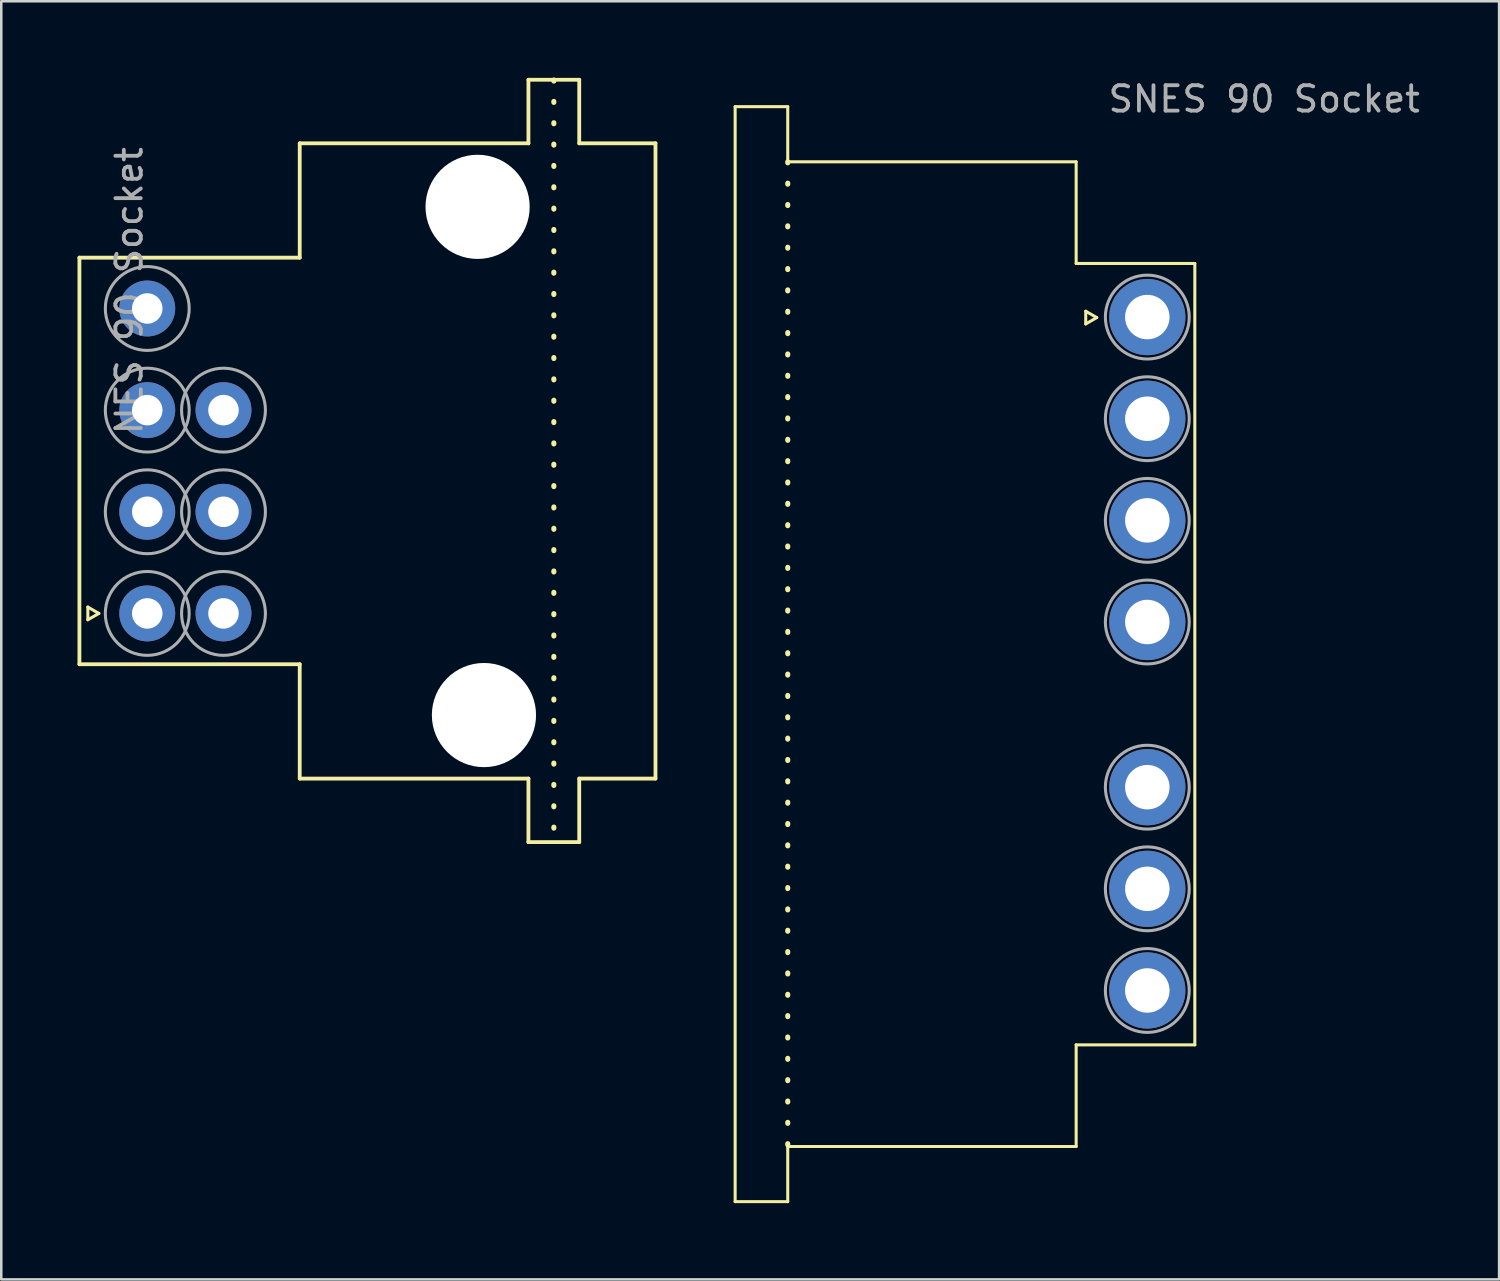
<source format=kicad_pcb>
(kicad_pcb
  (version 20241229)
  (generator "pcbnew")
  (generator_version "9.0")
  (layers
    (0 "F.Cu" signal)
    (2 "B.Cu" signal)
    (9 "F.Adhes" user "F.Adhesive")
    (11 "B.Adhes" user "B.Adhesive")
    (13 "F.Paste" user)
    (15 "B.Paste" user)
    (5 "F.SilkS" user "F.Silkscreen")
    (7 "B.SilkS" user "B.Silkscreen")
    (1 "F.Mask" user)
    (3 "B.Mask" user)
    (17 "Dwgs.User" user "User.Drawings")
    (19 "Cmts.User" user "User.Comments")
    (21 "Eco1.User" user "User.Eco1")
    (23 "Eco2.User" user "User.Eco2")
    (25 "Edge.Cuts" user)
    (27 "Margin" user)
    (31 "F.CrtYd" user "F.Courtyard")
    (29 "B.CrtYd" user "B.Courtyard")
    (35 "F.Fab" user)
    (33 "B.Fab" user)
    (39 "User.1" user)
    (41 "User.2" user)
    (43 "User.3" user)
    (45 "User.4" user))
  (footprint "NES 90 Socket"
    (layer "F.Cu")
    (at 5.285 8.39)
    (property "Reference" "NES 90 Socket" (at -3.25 0 270) (layer "F.Fab") (effects (font (size 1 1) (thickness 0.15))))
    (attr through_hole)
    (fp_line (start -5.21 14.7) (end -5.21 -1.3) (stroke (width 0.15) (type solid)) (layer "F.SilkS"))
    (fp_line (start -5.21 14.7) (end 3.46 14.7) (stroke (width 0.15) (type solid)) (layer "F.SilkS"))
    (fp_line (start -4.878 12.45) (end -4.445 12.7) (stroke (width 0.12) (type solid)) (layer "F.SilkS"))
    (fp_line (start -4.878 12.95) (end -4.878 12.45) (stroke (width 0.12) (type solid)) (layer "F.SilkS"))
    (fp_line (start -4.445 12.7) (end -4.878 12.95) (stroke (width 0.12) (type solid)) (layer "F.SilkS"))
    (fp_line (start 3.46 -5.8) (end 3.46 -1.3) (stroke (width 0.15) (type solid)) (layer "F.SilkS"))
    (fp_line (start 3.46 -1.3) (end -5.21 -1.3) (stroke (width 0.15) (type solid)) (layer "F.SilkS"))
    (fp_line (start 3.46 14.7) (end 3.46 19.2) (stroke (width 0.15) (type solid)) (layer "F.SilkS"))
    (fp_line (start 3.46 19.2) (end 12.46 19.2) (stroke (width 0.15) (type solid)) (layer "F.SilkS"))
    (fp_line (start 12.46 -8.3) (end 12.46 -5.8) (stroke (width 0.15) (type solid)) (layer "F.SilkS"))
    (fp_line (start 12.46 -5.8) (end 3.46 -5.8) (stroke (width 0.15) (type solid)) (layer "F.SilkS"))
    (fp_line (start 12.46 19.2) (end 12.46 21.7) (stroke (width 0.15) (type solid)) (layer "F.SilkS"))
    (fp_line (start 12.46 21.7) (end 14.46 21.7) (stroke (width 0.15) (type solid)) (layer "F.SilkS"))
    (fp_line (start 13.46 -8.29) (end 13.46 21.7) (stroke (width 0.2) (type dot)) (layer "F.SilkS"))
    (fp_line (start 14.46 -8.3) (end 12.46 -8.3) (stroke (width 0.15) (type solid)) (layer "F.SilkS"))
    (fp_line (start 14.46 -5.8) (end 14.46 -8.3) (stroke (width 0.15) (type solid)) (layer "F.SilkS"))
    (fp_line (start 14.46 19.2) (end 17.46 19.2) (stroke (width 0.15) (type solid)) (layer "F.SilkS"))
    (fp_line (start 14.46 21.7) (end 14.46 19.2) (stroke (width 0.15) (type solid)) (layer "F.SilkS"))
    (fp_line (start 17.46 -5.8) (end 14.46 -5.8) (stroke (width 0.15) (type solid)) (layer "F.SilkS"))
    (fp_line (start 17.46 19.2) (end 17.46 -5.8) (stroke (width 0.15) (type solid)) (layer "F.SilkS"))
    (fp_circle (center -2.54 0.7) (end -2.54 -0.95) (stroke (width 0.12) (type solid)) (fill no) (layer "F.Fab"))
    (fp_circle (center -2.54 4.7) (end -2.54 3.05) (stroke (width 0.12) (type solid)) (fill no) (layer "F.Fab"))
    (fp_circle (center -2.54 8.7) (end -2.54 7.05) (stroke (width 0.12) (type solid)) (fill no) (layer "F.Fab"))
    (fp_circle (center -2.54 12.7) (end -2.54 11.05) (stroke (width 0.12) (type solid)) (fill no) (layer "F.Fab"))
    (fp_circle (center 0.46 4.7) (end 0.46 3.05) (stroke (width 0.12) (type solid)) (fill no) (layer "F.Fab"))
    (fp_circle (center 0.46 8.7) (end 0.46 7.05) (stroke (width 0.12) (type solid)) (fill no) (layer "F.Fab"))
    (fp_circle (center 0.46 12.7) (end 0.46 11.05) (stroke (width 0.12) (type solid)) (fill no) (layer "F.Fab"))
    (pad "" np_thru_hole circle (at 10.46 -3.3 90) (size 4.1 4.1) (drill 4.1) (layers "*.Cu" "*.Mask"))
    (pad "" np_thru_hole circle (at 10.71 16.7 90) (size 4.1 4.1) (drill 4.1) (layers "*.Cu" "*.Mask"))
    (pad "1" thru_hole circle (at -2.54 0.7 90) (size 2.2 2.2) (drill 1.2) (layers "*.Cu" "*.Mask"))
    (pad "2" thru_hole circle (at -2.54 4.7 90) (size 2.2 2.2) (drill 1.2) (layers "*.Cu" "*.Mask"))
    (pad "3" thru_hole circle (at -2.54 8.7 90) (size 2.2 2.2) (drill 1.2) (layers "*.Cu" "*.Mask"))
    (pad "4" thru_hole circle (at -2.54 12.7 90) (size 2.2 2.2) (drill 1.2) (layers "*.Cu" "*.Mask"))
    (pad "5" thru_hole circle (at 0.46 12.7 90) (size 2.2 2.2) (drill 1.2) (layers "*.Cu" "*.Mask"))
    (pad "6" thru_hole circle (at 0.46 8.7 90) (size 2.2 2.2) (drill 1.2) (layers "*.Cu" "*.Mask"))
    (pad "7" thru_hole circle (at 0.46 4.7 90) (size 2.2 2.2) (drill 1.2) (layers "*.Cu" "*.Mask")))
  (footprint "SNES 90 Socket"
    (layer "F.Cu")
    (at 34.7 21.848)
    (property "Reference" "SNES 90 Socket" (at 12 -21 180) (layer "F.Fab") (effects (font (size 1 1) (thickness 0.15))))
    (attr through_hole)
    (fp_line (start -8.82 -20.7) (end -6.75 -20.7) (stroke (width 0.12) (type solid)) (layer "F.SilkS"))
    (fp_line (start -8.82 22.39) (end -8.82 -20.7) (stroke (width 0.12) (type solid)) (layer "F.SilkS"))
    (fp_line (start -6.75 -18.53) (end -6.75 -20.7) (stroke (width 0.12) (type solid)) (layer "F.SilkS"))
    (fp_line (start -6.75 -18.53) (end -6.75 20.22) (stroke (width 0.2) (type dot)) (layer "F.SilkS"))
    (fp_line (start -6.75 22.39) (end -8.82 22.39) (stroke (width 0.12) (type solid)) (layer "F.SilkS"))
    (fp_line (start -6.75 22.39) (end -6.75 20.22) (stroke (width 0.12) (type solid)) (layer "F.SilkS"))
    (fp_line (start 4.6 -18.53) (end -6.75 -18.53) (stroke (width 0.12) (type solid)) (layer "F.SilkS"))
    (fp_line (start 4.6 -14.53) (end 4.6 -18.53) (stroke (width 0.12) (type solid)) (layer "F.SilkS"))
    (fp_line (start 4.6 20.22) (end -6.75 20.22) (stroke (width 0.12) (type solid)) (layer "F.SilkS"))
    (fp_line (start 4.6 20.22) (end 4.6 16.22) (stroke (width 0.12) (type solid)) (layer "F.SilkS"))
    (fp_line (start 4.977 -12.65) (end 5.41 -12.4) (stroke (width 0.12) (type solid)) (layer "F.SilkS"))
    (fp_line (start 4.977 -12.15) (end 4.977 -12.65) (stroke (width 0.12) (type solid)) (layer "F.SilkS"))
    (fp_line (start 5.41 -12.4) (end 4.977 -12.15) (stroke (width 0.12) (type solid)) (layer "F.SilkS"))
    (fp_line (start 9.27 -14.53) (end 4.6 -14.53) (stroke (width 0.12) (type default)) (layer "F.SilkS"))
    (fp_line (start 9.27 -14.53) (end 9.27 16.22) (stroke (width 0.12) (type solid)) (layer "F.SilkS"))
    (fp_line (start 9.27 16.22) (end 4.6 16.22) (stroke (width 0.12) (type default)) (layer "F.SilkS"))
    (fp_circle (center 7.4 -12.42) (end 7.4 -10.77) (stroke (width 0.12) (type solid)) (fill no) (layer "F.Fab"))
    (fp_circle (center 7.4 -8.42) (end 7.4 -6.77) (stroke (width 0.12) (type solid)) (fill no) (layer "F.Fab"))
    (fp_circle (center 7.4 -4.42) (end 7.4 -2.77) (stroke (width 0.12) (type solid)) (fill no) (layer "F.Fab"))
    (fp_circle (center 7.4 -0.42) (end 7.4 1.23) (stroke (width 0.12) (type solid)) (fill no) (layer "F.Fab"))
    (fp_circle (center 7.4 6.08) (end 7.4 7.73) (stroke (width 0.12) (type solid)) (fill no) (layer "F.Fab"))
    (fp_circle (center 7.4 10.08) (end 7.4 11.73) (stroke (width 0.12) (type solid)) (fill no) (layer "F.Fab"))
    (fp_circle (center 7.4 14.08) (end 7.4 15.73) (stroke (width 0.12) (type solid)) (fill no) (layer "F.Fab"))
    (pad "1" thru_hole circle (at 7.4 -12.42 270) (size 3 3) (drill 1.75) (layers "*.Cu" "*.Mask"))
    (pad "2" thru_hole circle (at 7.4 -8.42 270) (size 3 3) (drill 1.75) (layers "*.Cu" "*.Mask"))
    (pad "3" thru_hole circle (at 7.4 -4.42 270) (size 3 3) (drill 1.75) (layers "*.Cu" "*.Mask"))
    (pad "4" thru_hole circle (at 7.4 -0.42 270) (size 3 3) (drill 1.75) (layers "*.Cu" "*.Mask"))
    (pad "5" thru_hole circle (at 7.4 6.08 270) (size 3 3) (drill 1.75) (layers "*.Cu" "*.Mask"))
    (pad "6" thru_hole circle (at 7.4 10.08 270) (size 3 3) (drill 1.75) (layers "*.Cu" "*.Mask"))
    (pad "7" thru_hole circle (at 7.4 14.08 270) (size 3 3) (drill 1.75) (layers "*.Cu" "*.Mask")))
  (gr_rect
    (start -3 -3)
    (end 55.944 47.298)
    (stroke (width 0.1) (type default))
    (fill no)
    (layer "Edge.Cuts")))
</source>
